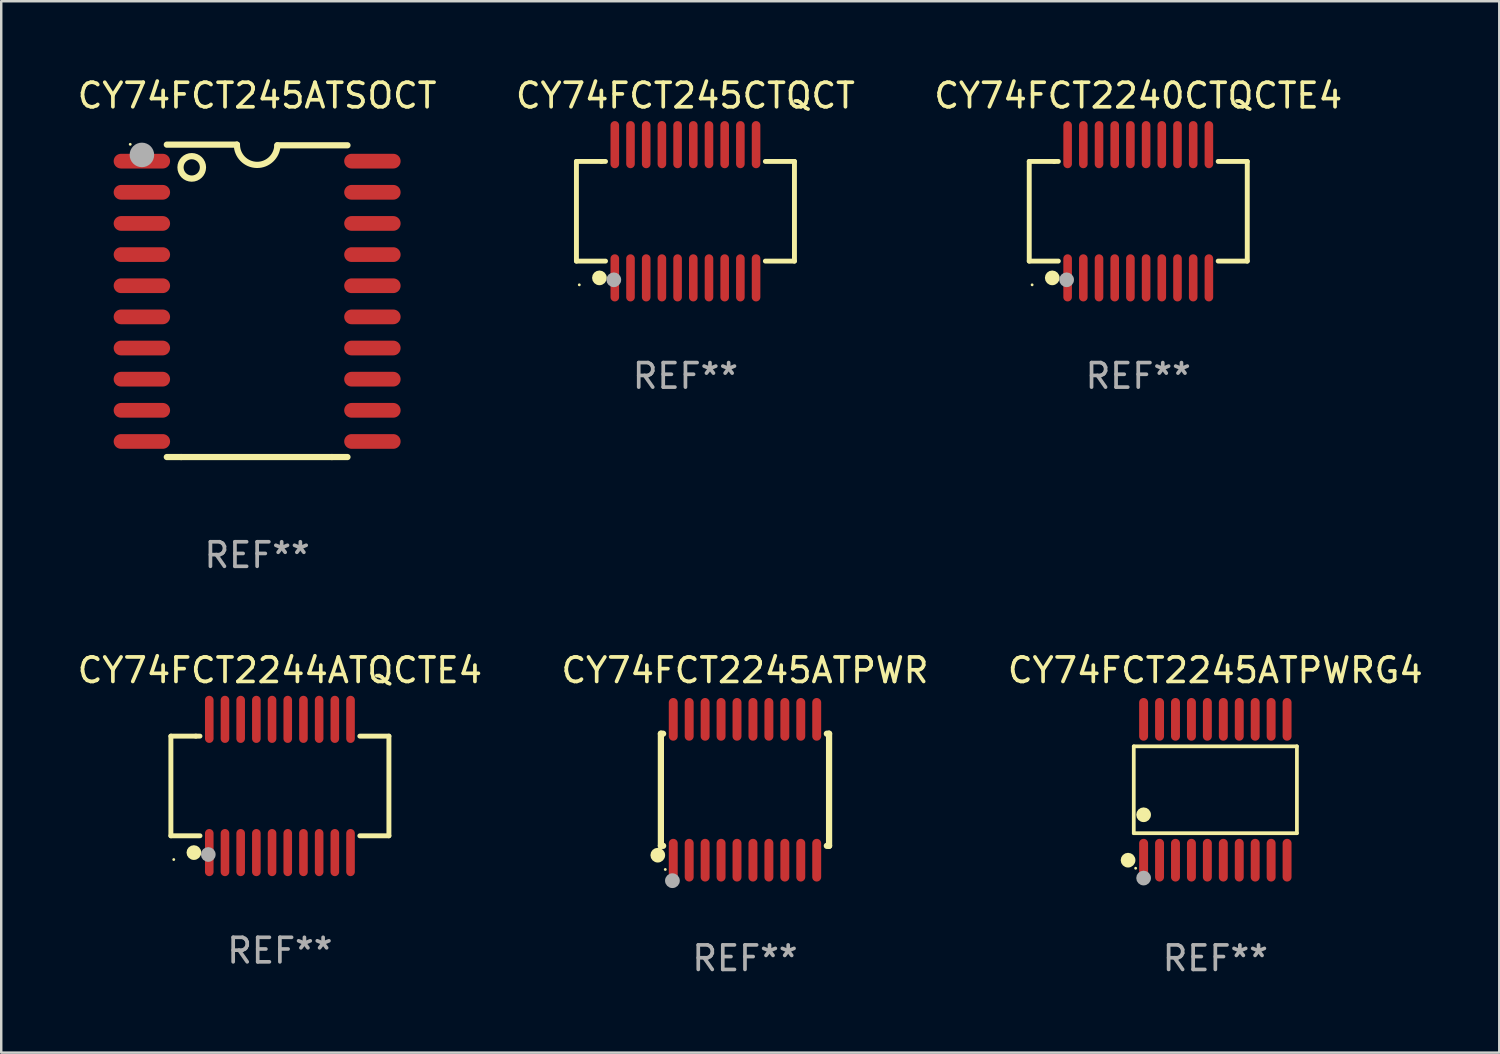
<source format=kicad_pcb>
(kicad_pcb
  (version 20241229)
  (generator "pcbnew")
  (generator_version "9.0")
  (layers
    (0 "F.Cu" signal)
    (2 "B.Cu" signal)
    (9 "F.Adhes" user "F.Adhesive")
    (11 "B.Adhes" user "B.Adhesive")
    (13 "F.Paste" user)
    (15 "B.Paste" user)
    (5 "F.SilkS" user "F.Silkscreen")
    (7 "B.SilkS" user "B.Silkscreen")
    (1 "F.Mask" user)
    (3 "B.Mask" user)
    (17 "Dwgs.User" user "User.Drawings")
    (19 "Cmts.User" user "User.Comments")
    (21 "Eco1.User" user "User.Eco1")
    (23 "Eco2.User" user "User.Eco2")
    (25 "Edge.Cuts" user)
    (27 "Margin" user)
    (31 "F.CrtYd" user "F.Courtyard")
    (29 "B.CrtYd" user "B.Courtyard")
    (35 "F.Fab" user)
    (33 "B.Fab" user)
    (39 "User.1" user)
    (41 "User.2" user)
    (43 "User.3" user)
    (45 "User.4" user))
  (footprint "CY74FCT245CTQCT"
    (layer "F.Cu")
    (at 24.899 5.564)
    (property "Reference" "CY74FCT245CTQCT" (at 0 -4.716 0) (layer "F.SilkS") (effects (font (size 1 1) (thickness 0.15))))
    (attr through_hole)
    (fp_line (start -4.445 -2.032) (end -4.445 2.032) (stroke (width 0.2) (type solid)) (layer "F.SilkS"))
    (fp_line (start -4.445 2.032) (end -3.259 2.032) (stroke (width 0.2) (type solid)) (layer "F.SilkS"))
    (fp_line (start -3.429 -2.032) (end -4.445 -2.032) (stroke (width 0.2) (type solid)) (layer "F.SilkS"))
    (fp_line (start -3.259 -2.032) (end -3.429 -2.032) (stroke (width 0.2) (type solid)) (layer "F.SilkS"))
    (fp_line (start 3.259 2.032) (end 4.445 2.032) (stroke (width 0.2) (type solid)) (layer "F.SilkS"))
    (fp_line (start 4.445 -2.032) (end 3.259 -2.032) (stroke (width 0.2) (type solid)) (layer "F.SilkS"))
    (fp_line (start 4.445 2.032) (end 4.445 -2.032) (stroke (width 0.2) (type solid)) (layer "F.SilkS"))
    (fp_circle (center -4.328 3) (end -4.298 3) (stroke (width 0.06) (type solid)) (fill no) (layer "F.SilkS"))
    (fp_circle (center -3.507 2.716) (end -3.357 2.716) (stroke (width 0.3) (type solid)) (fill no) (layer "F.SilkS"))
    (fp_circle (center -2.921 2.794) (end -2.771 2.794) (stroke (width 0.3) (type solid)) (fill no) (layer "F.Fab"))
    (fp_text user "REF**" (at 0 6.716 0) (layer "F.Fab") (effects (font (size 1 1) (thickness 0.15))))
    (pad "1" smd oval (at -2.88 2.716) (size 0.35 1.922) (layers "F.Cu" "F.Mask" "F.Paste"))
    (pad "2" smd oval (at -2.24 2.716) (size 0.35 1.922) (layers "F.Cu" "F.Mask" "F.Paste"))
    (pad "3" smd oval (at -1.6 2.716) (size 0.35 1.922) (layers "F.Cu" "F.Mask" "F.Paste"))
    (pad "4" smd oval (at -0.96 2.716) (size 0.35 1.922) (layers "F.Cu" "F.Mask" "F.Paste"))
    (pad "5" smd oval (at -0.32 2.716) (size 0.35 1.922) (layers "F.Cu" "F.Mask" "F.Paste"))
    (pad "6" smd oval (at 0.32 2.716) (size 0.35 1.922) (layers "F.Cu" "F.Mask" "F.Paste"))
    (pad "7" smd oval (at 0.96 2.716) (size 0.35 1.922) (layers "F.Cu" "F.Mask" "F.Paste"))
    (pad "8" smd oval (at 1.6 2.716) (size 0.35 1.922) (layers "F.Cu" "F.Mask" "F.Paste"))
    (pad "9" smd oval (at 2.24 2.716) (size 0.35 1.922) (layers "F.Cu" "F.Mask" "F.Paste"))
    (pad "10" smd oval (at 2.88 2.716) (size 0.35 1.922) (layers "F.Cu" "F.Mask" "F.Paste"))
    (pad "11" smd oval (at 2.88 -2.716) (size 0.35 1.922) (layers "F.Cu" "F.Mask" "F.Paste"))
    (pad "12" smd oval (at 2.24 -2.716) (size 0.35 1.922) (layers "F.Cu" "F.Mask" "F.Paste"))
    (pad "13" smd oval (at 1.6 -2.716) (size 0.35 1.922) (layers "F.Cu" "F.Mask" "F.Paste"))
    (pad "14" smd oval (at 0.96 -2.716) (size 0.35 1.922) (layers "F.Cu" "F.Mask" "F.Paste"))
    (pad "15" smd oval (at 0.32 -2.716) (size 0.35 1.922) (layers "F.Cu" "F.Mask" "F.Paste"))
    (pad "16" smd oval (at -0.32 -2.716) (size 0.35 1.922) (layers "F.Cu" "F.Mask" "F.Paste"))
    (pad "17" smd oval (at -0.96 -2.716) (size 0.35 1.922) (layers "F.Cu" "F.Mask" "F.Paste"))
    (pad "18" smd oval (at -1.6 -2.716) (size 0.35 1.922) (layers "F.Cu" "F.Mask" "F.Paste"))
    (pad "19" smd oval (at -2.24 -2.716) (size 0.35 1.922) (layers "F.Cu" "F.Mask" "F.Paste"))
    (pad "20" smd oval (at -2.88 -2.716) (size 0.35 1.922) (layers "F.Cu" "F.Mask" "F.Paste")))
  (footprint "CY74FCT2244ATQCTE4"
    (layer "F.Cu")
    (at 8.363 28.998)
    (property "Reference" "CY74FCT2244ATQCTE4" (at 0 -4.716 0) (layer "F.SilkS") (effects (font (size 1 1) (thickness 0.15))))
    (attr through_hole)
    (fp_line (start -4.445 -2.032) (end -4.445 2.032) (stroke (width 0.2) (type solid)) (layer "F.SilkS"))
    (fp_line (start -4.445 2.032) (end -3.259 2.032) (stroke (width 0.2) (type solid)) (layer "F.SilkS"))
    (fp_line (start -3.429 -2.032) (end -4.445 -2.032) (stroke (width 0.2) (type solid)) (layer "F.SilkS"))
    (fp_line (start -3.259 -2.032) (end -3.429 -2.032) (stroke (width 0.2) (type solid)) (layer "F.SilkS"))
    (fp_line (start 3.259 2.032) (end 4.445 2.032) (stroke (width 0.2) (type solid)) (layer "F.SilkS"))
    (fp_line (start 4.445 -2.032) (end 3.259 -2.032) (stroke (width 0.2) (type solid)) (layer "F.SilkS"))
    (fp_line (start 4.445 2.032) (end 4.445 -2.032) (stroke (width 0.2) (type solid)) (layer "F.SilkS"))
    (fp_circle (center -4.328 3) (end -4.298 3) (stroke (width 0.06) (type solid)) (fill no) (layer "F.SilkS"))
    (fp_circle (center -3.507 2.716) (end -3.357 2.716) (stroke (width 0.3) (type solid)) (fill no) (layer "F.SilkS"))
    (fp_circle (center -2.921 2.794) (end -2.771 2.794) (stroke (width 0.3) (type solid)) (fill no) (layer "F.Fab"))
    (fp_text user "REF**" (at 0 6.716 0) (layer "F.Fab") (effects (font (size 1 1) (thickness 0.15))))
    (pad "1" smd oval (at -2.88 2.716) (size 0.35 1.922) (layers "F.Cu" "F.Mask" "F.Paste"))
    (pad "2" smd oval (at -2.24 2.716) (size 0.35 1.922) (layers "F.Cu" "F.Mask" "F.Paste"))
    (pad "3" smd oval (at -1.6 2.716) (size 0.35 1.922) (layers "F.Cu" "F.Mask" "F.Paste"))
    (pad "4" smd oval (at -0.96 2.716) (size 0.35 1.922) (layers "F.Cu" "F.Mask" "F.Paste"))
    (pad "5" smd oval (at -0.32 2.716) (size 0.35 1.922) (layers "F.Cu" "F.Mask" "F.Paste"))
    (pad "6" smd oval (at 0.32 2.716) (size 0.35 1.922) (layers "F.Cu" "F.Mask" "F.Paste"))
    (pad "7" smd oval (at 0.96 2.716) (size 0.35 1.922) (layers "F.Cu" "F.Mask" "F.Paste"))
    (pad "8" smd oval (at 1.6 2.716) (size 0.35 1.922) (layers "F.Cu" "F.Mask" "F.Paste"))
    (pad "9" smd oval (at 2.24 2.716) (size 0.35 1.922) (layers "F.Cu" "F.Mask" "F.Paste"))
    (pad "10" smd oval (at 2.88 2.716) (size 0.35 1.922) (layers "F.Cu" "F.Mask" "F.Paste"))
    (pad "11" smd oval (at 2.88 -2.716) (size 0.35 1.922) (layers "F.Cu" "F.Mask" "F.Paste"))
    (pad "12" smd oval (at 2.24 -2.716) (size 0.35 1.922) (layers "F.Cu" "F.Mask" "F.Paste"))
    (pad "13" smd oval (at 1.6 -2.716) (size 0.35 1.922) (layers "F.Cu" "F.Mask" "F.Paste"))
    (pad "14" smd oval (at 0.96 -2.716) (size 0.35 1.922) (layers "F.Cu" "F.Mask" "F.Paste"))
    (pad "15" smd oval (at 0.32 -2.716) (size 0.35 1.922) (layers "F.Cu" "F.Mask" "F.Paste"))
    (pad "16" smd oval (at -0.32 -2.716) (size 0.35 1.922) (layers "F.Cu" "F.Mask" "F.Paste"))
    (pad "17" smd oval (at -0.96 -2.716) (size 0.35 1.922) (layers "F.Cu" "F.Mask" "F.Paste"))
    (pad "18" smd oval (at -1.6 -2.716) (size 0.35 1.922) (layers "F.Cu" "F.Mask" "F.Paste"))
    (pad "19" smd oval (at -2.24 -2.716) (size 0.35 1.922) (layers "F.Cu" "F.Mask" "F.Paste"))
    (pad "20" smd oval (at -2.88 -2.716) (size 0.35 1.922) (layers "F.Cu" "F.Mask" "F.Paste")))
  (footprint "CY74FCT245ATSOCT"
    (layer "F.Cu")
    (at 7.435 9.217)
    (property "Reference" "CY74FCT245ATSOCT" (at 0 -8.369 0) (layer "F.SilkS") (effects (font (size 1 1) (thickness 0.15))))
    (attr through_hole)
    (fp_line (start -3.096 6.369) (end -3.683 6.369) (stroke (width 0.254) (type solid)) (layer "F.SilkS"))
    (fp_line (start -0.825 -6.369) (end -3.683 -6.369) (stroke (width 0.254) (type solid)) (layer "F.SilkS"))
    (fp_line (start 0.826 -6.343) (end 3.683 -6.343) (stroke (width 0.254) (type solid)) (layer "F.SilkS"))
    (fp_line (start 3.048 6.369) (end -3.096 6.369) (stroke (width 0.254) (type solid)) (layer "F.SilkS"))
    (fp_line (start 3.048 6.369) (end 3.683 6.369) (stroke (width 0.254) (type solid)) (layer "F.SilkS"))
    (fp_arc (start 0.825527 -6.343129) (mid -0.012478 -5.543126) (end -0.825476 -6.36853) (stroke (width 0.254001) (type solid)) (layer "F.SilkS"))
    (fp_circle (center -5.175 -6.382) (end -5.145 -6.382) (stroke (width 0.06) (type solid)) (fill no) (layer "F.SilkS"))
    (fp_circle (center -2.667 -5.442) (end -2.209 -5.442) (stroke (width 0.254) (type solid)) (fill no) (layer "F.SilkS"))
    (fp_circle (center -4.699 -5.95) (end -4.449 -5.95) (stroke (width 0.5) (type solid)) (fill no) (layer "F.Fab"))
    (fp_text user "REF**" (at 0 10.369 0) (layer "F.Fab") (effects (font (size 1 1) (thickness 0.15))))
    (pad "1" smd oval (at -4.7 -5.696 90) (size 0.6 2.3) (layers "F.Cu" "F.Mask" "F.Paste"))
    (pad "2" smd oval (at -4.7 -4.426 90) (size 0.6 2.3) (layers "F.Cu" "F.Mask" "F.Paste"))
    (pad "3" smd oval (at -4.7 -3.156 90) (size 0.6 2.3) (layers "F.Cu" "F.Mask" "F.Paste"))
    (pad "4" smd oval (at -4.7 -1.886 90) (size 0.6 2.3) (layers "F.Cu" "F.Mask" "F.Paste"))
    (pad "5" smd oval (at -4.7 -0.616 90) (size 0.6 2.3) (layers "F.Cu" "F.Mask" "F.Paste"))
    (pad "6" smd oval (at -4.7 0.654 90) (size 0.6 2.3) (layers "F.Cu" "F.Mask" "F.Paste"))
    (pad "7" smd oval (at -4.7 1.924 90) (size 0.6 2.3) (layers "F.Cu" "F.Mask" "F.Paste"))
    (pad "8" smd oval (at -4.7 3.194 90) (size 0.6 2.3) (layers "F.Cu" "F.Mask" "F.Paste"))
    (pad "9" smd oval (at -4.7 4.464 90) (size 0.6 2.3) (layers "F.Cu" "F.Mask" "F.Paste"))
    (pad "10" smd oval (at -4.7 5.734 90) (size 0.6 2.3) (layers "F.Cu" "F.Mask" "F.Paste"))
    (pad "11" smd oval (at 4.7 5.734 90) (size 0.6 2.3) (layers "F.Cu" "F.Mask" "F.Paste"))
    (pad "12" smd oval (at 4.7 4.464 90) (size 0.6 2.3) (layers "F.Cu" "F.Mask" "F.Paste"))
    (pad "13" smd oval (at 4.7 3.194 90) (size 0.6 2.3) (layers "F.Cu" "F.Mask" "F.Paste"))
    (pad "14" smd oval (at 4.7 1.924 90) (size 0.6 2.3) (layers "F.Cu" "F.Mask" "F.Paste"))
    (pad "15" smd oval (at 4.7 0.654 90) (size 0.6 2.3) (layers "F.Cu" "F.Mask" "F.Paste"))
    (pad "16" smd oval (at 4.7 -0.616 90) (size 0.6 2.3) (layers "F.Cu" "F.Mask" "F.Paste"))
    (pad "17" smd oval (at 4.7 -1.886 90) (size 0.6 2.3) (layers "F.Cu" "F.Mask" "F.Paste"))
    (pad "18" smd oval (at 4.7 -3.156 90) (size 0.6 2.3) (layers "F.Cu" "F.Mask" "F.Paste"))
    (pad "19" smd oval (at 4.7 -4.426 90) (size 0.6 2.3) (layers "F.Cu" "F.Mask" "F.Paste"))
    (pad "20" smd oval (at 4.7 -5.696 90) (size 0.6 2.3) (layers "F.Cu" "F.Mask" "F.Paste")))
  (footprint "CY74FCT2240CTQCTE4"
    (layer "F.Cu")
    (at 43.363 5.564)
    (property "Reference" "CY74FCT2240CTQCTE4" (at 0 -4.716 0) (layer "F.SilkS") (effects (font (size 1 1) (thickness 0.15))))
    (attr through_hole)
    (fp_line (start -4.445 -2.032) (end -4.445 2.032) (stroke (width 0.2) (type solid)) (layer "F.SilkS"))
    (fp_line (start -4.445 2.032) (end -3.259 2.032) (stroke (width 0.2) (type solid)) (layer "F.SilkS"))
    (fp_line (start -3.429 -2.032) (end -4.445 -2.032) (stroke (width 0.2) (type solid)) (layer "F.SilkS"))
    (fp_line (start -3.259 -2.032) (end -3.429 -2.032) (stroke (width 0.2) (type solid)) (layer "F.SilkS"))
    (fp_line (start 3.259 2.032) (end 4.445 2.032) (stroke (width 0.2) (type solid)) (layer "F.SilkS"))
    (fp_line (start 4.445 -2.032) (end 3.259 -2.032) (stroke (width 0.2) (type solid)) (layer "F.SilkS"))
    (fp_line (start 4.445 2.032) (end 4.445 -2.032) (stroke (width 0.2) (type solid)) (layer "F.SilkS"))
    (fp_circle (center -4.328 3) (end -4.298 3) (stroke (width 0.06) (type solid)) (fill no) (layer "F.SilkS"))
    (fp_circle (center -3.507 2.716) (end -3.357 2.716) (stroke (width 0.3) (type solid)) (fill no) (layer "F.SilkS"))
    (fp_circle (center -2.921 2.794) (end -2.771 2.794) (stroke (width 0.3) (type solid)) (fill no) (layer "F.Fab"))
    (fp_text user "REF**" (at 0 6.716 0) (layer "F.Fab") (effects (font (size 1 1) (thickness 0.15))))
    (pad "1" smd oval (at -2.88 2.716) (size 0.35 1.922) (layers "F.Cu" "F.Mask" "F.Paste"))
    (pad "2" smd oval (at -2.24 2.716) (size 0.35 1.922) (layers "F.Cu" "F.Mask" "F.Paste"))
    (pad "3" smd oval (at -1.6 2.716) (size 0.35 1.922) (layers "F.Cu" "F.Mask" "F.Paste"))
    (pad "4" smd oval (at -0.96 2.716) (size 0.35 1.922) (layers "F.Cu" "F.Mask" "F.Paste"))
    (pad "5" smd oval (at -0.32 2.716) (size 0.35 1.922) (layers "F.Cu" "F.Mask" "F.Paste"))
    (pad "6" smd oval (at 0.32 2.716) (size 0.35 1.922) (layers "F.Cu" "F.Mask" "F.Paste"))
    (pad "7" smd oval (at 0.96 2.716) (size 0.35 1.922) (layers "F.Cu" "F.Mask" "F.Paste"))
    (pad "8" smd oval (at 1.6 2.716) (size 0.35 1.922) (layers "F.Cu" "F.Mask" "F.Paste"))
    (pad "9" smd oval (at 2.24 2.716) (size 0.35 1.922) (layers "F.Cu" "F.Mask" "F.Paste"))
    (pad "10" smd oval (at 2.88 2.716) (size 0.35 1.922) (layers "F.Cu" "F.Mask" "F.Paste"))
    (pad "11" smd oval (at 2.88 -2.716) (size 0.35 1.922) (layers "F.Cu" "F.Mask" "F.Paste"))
    (pad "12" smd oval (at 2.24 -2.716) (size 0.35 1.922) (layers "F.Cu" "F.Mask" "F.Paste"))
    (pad "13" smd oval (at 1.6 -2.716) (size 0.35 1.922) (layers "F.Cu" "F.Mask" "F.Paste"))
    (pad "14" smd oval (at 0.96 -2.716) (size 0.35 1.922) (layers "F.Cu" "F.Mask" "F.Paste"))
    (pad "15" smd oval (at 0.32 -2.716) (size 0.35 1.922) (layers "F.Cu" "F.Mask" "F.Paste"))
    (pad "16" smd oval (at -0.32 -2.716) (size 0.35 1.922) (layers "F.Cu" "F.Mask" "F.Paste"))
    (pad "17" smd oval (at -0.96 -2.716) (size 0.35 1.922) (layers "F.Cu" "F.Mask" "F.Paste"))
    (pad "18" smd oval (at -1.6 -2.716) (size 0.35 1.922) (layers "F.Cu" "F.Mask" "F.Paste"))
    (pad "19" smd oval (at -2.24 -2.716) (size 0.35 1.922) (layers "F.Cu" "F.Mask" "F.Paste"))
    (pad "20" smd oval (at -2.88 -2.716) (size 0.35 1.922) (layers "F.Cu" "F.Mask" "F.Paste")))
  (footprint "CY74FCT2245ATPWR"
    (layer "F.Cu")
    (at 27.327 29.153)
    (property "Reference" "CY74FCT2245ATPWR" (at 0 -4.871 0) (layer "F.SilkS") (effects (font (size 1 1) (thickness 0.15))))
    (attr through_hole)
    (fp_line (start -3.429 -2.286) (end -3.429 2.286) (stroke (width 0.254) (type solid)) (layer "F.SilkS"))
    (fp_line (start -3.429 2.286) (end -3.338 2.286) (stroke (width 0.254) (type solid)) (layer "F.SilkS"))
    (fp_line (start -3.338 -2.286) (end -3.429 -2.286) (stroke (width 0.254) (type solid)) (layer "F.SilkS"))
    (fp_line (start 3.338 -2.286) (end 3.429 -2.286) (stroke (width 0.254) (type solid)) (layer "F.SilkS"))
    (fp_line (start 3.429 -2.286) (end 3.429 2.286) (stroke (width 0.254) (type solid)) (layer "F.SilkS"))
    (fp_line (start 3.429 2.286) (end 3.338 2.286) (stroke (width 0.254) (type solid)) (layer "F.SilkS"))
    (fp_circle (center -3.556 2.667) (end -3.406 2.667) (stroke (width 0.3) (type solid)) (fill no) (layer "F.SilkS"))
    (fp_circle (center -3.25 3.25) (end -3.22 3.25) (stroke (width 0.06) (type solid)) (fill no) (layer "F.SilkS"))
    (fp_circle (center -2.959 3.707) (end -2.808 3.707) (stroke (width 0.3) (type solid)) (fill no) (layer "F.Fab"))
    (fp_text user "REF**" (at 0 6.871 0) (layer "F.Fab") (effects (font (size 1 1) (thickness 0.15))))
    (pad "1" smd oval (at -2.925 2.871) (size 0.364 1.742) (layers "F.Cu" "F.Mask" "F.Paste"))
    (pad "2" smd oval (at -2.275 2.871) (size 0.364 1.742) (layers "F.Cu" "F.Mask" "F.Paste"))
    (pad "3" smd oval (at -1.625 2.871) (size 0.364 1.742) (layers "F.Cu" "F.Mask" "F.Paste"))
    (pad "4" smd oval (at -0.975 2.871) (size 0.364 1.742) (layers "F.Cu" "F.Mask" "F.Paste"))
    (pad "5" smd oval (at -0.325 2.871) (size 0.364 1.742) (layers "F.Cu" "F.Mask" "F.Paste"))
    (pad "6" smd oval (at 0.325 2.871) (size 0.364 1.742) (layers "F.Cu" "F.Mask" "F.Paste"))
    (pad "7" smd oval (at 0.975 2.871) (size 0.364 1.742) (layers "F.Cu" "F.Mask" "F.Paste"))
    (pad "8" smd oval (at 1.625 2.871) (size 0.364 1.742) (layers "F.Cu" "F.Mask" "F.Paste"))
    (pad "9" smd oval (at 2.275 2.871) (size 0.364 1.742) (layers "F.Cu" "F.Mask" "F.Paste"))
    (pad "10" smd oval (at 2.925 2.871) (size 0.364 1.742) (layers "F.Cu" "F.Mask" "F.Paste"))
    (pad "11" smd oval (at 2.925 -2.871) (size 0.364 1.742) (layers "F.Cu" "F.Mask" "F.Paste"))
    (pad "12" smd oval (at 2.275 -2.871) (size 0.364 1.742) (layers "F.Cu" "F.Mask" "F.Paste"))
    (pad "13" smd oval (at 1.625 -2.871) (size 0.364 1.742) (layers "F.Cu" "F.Mask" "F.Paste"))
    (pad "14" smd oval (at 0.975 -2.871) (size 0.364 1.742) (layers "F.Cu" "F.Mask" "F.Paste"))
    (pad "15" smd oval (at 0.325 -2.871) (size 0.364 1.742) (layers "F.Cu" "F.Mask" "F.Paste"))
    (pad "16" smd oval (at -0.325 -2.871) (size 0.364 1.742) (layers "F.Cu" "F.Mask" "F.Paste"))
    (pad "17" smd oval (at -0.975 -2.871) (size 0.364 1.742) (layers "F.Cu" "F.Mask" "F.Paste"))
    (pad "18" smd oval (at -1.625 -2.871) (size 0.364 1.742) (layers "F.Cu" "F.Mask" "F.Paste"))
    (pad "19" smd oval (at -2.275 -2.871) (size 0.364 1.742) (layers "F.Cu" "F.Mask" "F.Paste"))
    (pad "20" smd oval (at -2.925 -2.871) (size 0.364 1.742) (layers "F.Cu" "F.Mask" "F.Paste")))
  (footprint "CY74FCT2245ATPWRG4"
    (layer "F.Cu")
    (at 46.506 29.153)
    (property "Reference" "CY74FCT2245ATPWRG4" (at 0 -4.871 0) (layer "F.SilkS") (effects (font (size 1 1) (thickness 0.15))))
    (attr through_hole)
    (fp_line (start -3.326 -1.771) (end 3.326 -1.771) (stroke (width 0.152) (type solid)) (layer "F.SilkS"))
    (fp_line (start -3.326 1.771) (end -3.326 -1.771) (stroke (width 0.152) (type solid)) (layer "F.SilkS"))
    (fp_line (start 3.326 -1.771) (end 3.326 1.771) (stroke (width 0.152) (type solid)) (layer "F.SilkS"))
    (fp_line (start 3.326 1.771) (end -3.326 1.771) (stroke (width 0.152) (type solid)) (layer "F.SilkS"))
    (fp_circle (center -3.559 2.871) (end -3.409 2.871) (stroke (width 0.3) (type solid)) (fill no) (layer "F.SilkS"))
    (fp_circle (center -3.25 3.2) (end -3.22 3.2) (stroke (width 0.06) (type solid)) (fill no) (layer "F.SilkS"))
    (fp_circle (center -2.925 1.019) (end -2.775 1.019) (stroke (width 0.3) (type solid)) (fill no) (layer "F.SilkS"))
    (fp_circle (center -2.925 3.6) (end -2.775 3.6) (stroke (width 0.3) (type solid)) (fill no) (layer "F.Fab"))
    (fp_text user "REF**" (at 0 6.871 0) (layer "F.Fab") (effects (font (size 1 1) (thickness 0.15))))
    (pad "1" smd oval (at -2.925 2.871) (size 0.364 1.742) (layers "F.Cu" "F.Mask" "F.Paste"))
    (pad "2" smd oval (at -2.275 2.871) (size 0.364 1.742) (layers "F.Cu" "F.Mask" "F.Paste"))
    (pad "3" smd oval (at -1.625 2.871) (size 0.364 1.742) (layers "F.Cu" "F.Mask" "F.Paste"))
    (pad "4" smd oval (at -0.975 2.871) (size 0.364 1.742) (layers "F.Cu" "F.Mask" "F.Paste"))
    (pad "5" smd oval (at -0.325 2.871) (size 0.364 1.742) (layers "F.Cu" "F.Mask" "F.Paste"))
    (pad "6" smd oval (at 0.325 2.871) (size 0.364 1.742) (layers "F.Cu" "F.Mask" "F.Paste"))
    (pad "7" smd oval (at 0.975 2.871) (size 0.364 1.742) (layers "F.Cu" "F.Mask" "F.Paste"))
    (pad "8" smd oval (at 1.625 2.871) (size 0.364 1.742) (layers "F.Cu" "F.Mask" "F.Paste"))
    (pad "9" smd oval (at 2.275 2.871) (size 0.364 1.742) (layers "F.Cu" "F.Mask" "F.Paste"))
    (pad "10" smd oval (at 2.925 2.871) (size 0.364 1.742) (layers "F.Cu" "F.Mask" "F.Paste"))
    (pad "11" smd oval (at 2.925 -2.871) (size 0.364 1.742) (layers "F.Cu" "F.Mask" "F.Paste"))
    (pad "12" smd oval (at 2.275 -2.871) (size 0.364 1.742) (layers "F.Cu" "F.Mask" "F.Paste"))
    (pad "13" smd oval (at 1.625 -2.871) (size 0.364 1.742) (layers "F.Cu" "F.Mask" "F.Paste"))
    (pad "14" smd oval (at 0.975 -2.871) (size 0.364 1.742) (layers "F.Cu" "F.Mask" "F.Paste"))
    (pad "15" smd oval (at 0.325 -2.871) (size 0.364 1.742) (layers "F.Cu" "F.Mask" "F.Paste"))
    (pad "16" smd oval (at -0.325 -2.871) (size 0.364 1.742) (layers "F.Cu" "F.Mask" "F.Paste"))
    (pad "17" smd oval (at -0.975 -2.871) (size 0.364 1.742) (layers "F.Cu" "F.Mask" "F.Paste"))
    (pad "18" smd oval (at -1.625 -2.871) (size 0.364 1.742) (layers "F.Cu" "F.Mask" "F.Paste"))
    (pad "19" smd oval (at -2.275 -2.871) (size 0.364 1.742) (layers "F.Cu" "F.Mask" "F.Paste"))
    (pad "20" smd oval (at -2.925 -2.871) (size 0.364 1.742) (layers "F.Cu" "F.Mask" "F.Paste")))
  (gr_rect
    (start -3 -3)
    (end 58.083 39.872)
    (stroke (width 0.1) (type default))
    (fill no)
    (layer "Edge.Cuts")))
</source>
